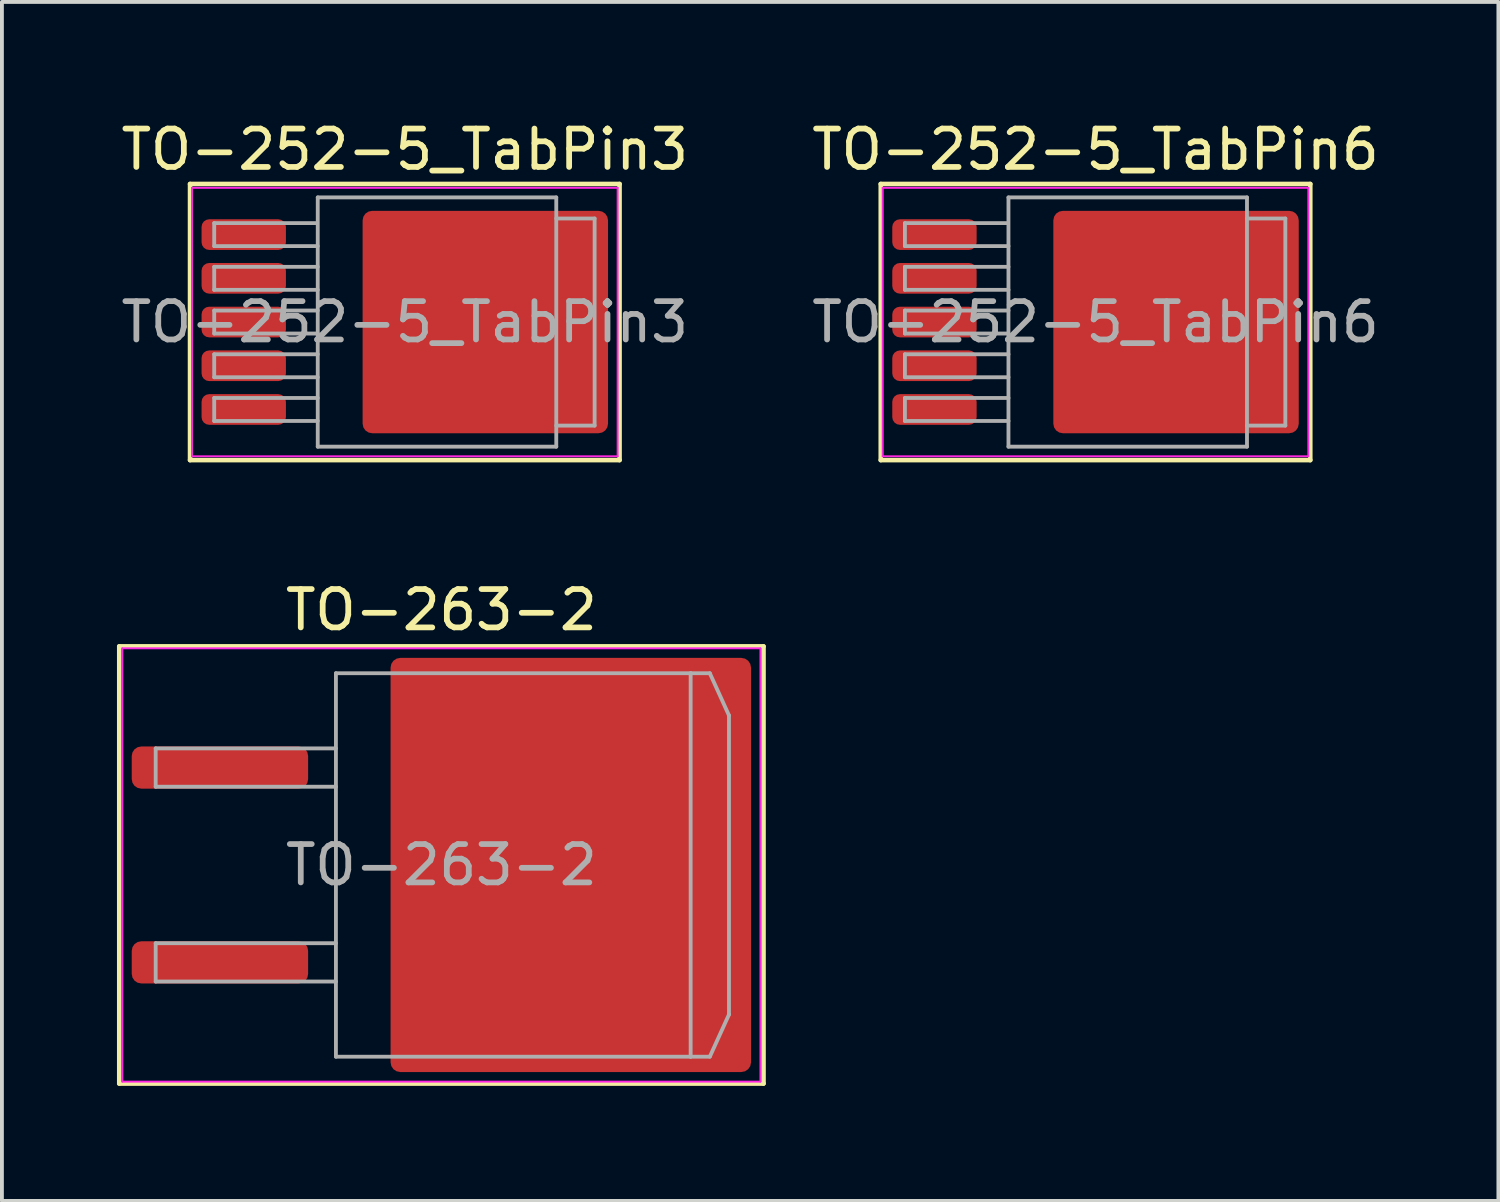
<source format=kicad_pcb>
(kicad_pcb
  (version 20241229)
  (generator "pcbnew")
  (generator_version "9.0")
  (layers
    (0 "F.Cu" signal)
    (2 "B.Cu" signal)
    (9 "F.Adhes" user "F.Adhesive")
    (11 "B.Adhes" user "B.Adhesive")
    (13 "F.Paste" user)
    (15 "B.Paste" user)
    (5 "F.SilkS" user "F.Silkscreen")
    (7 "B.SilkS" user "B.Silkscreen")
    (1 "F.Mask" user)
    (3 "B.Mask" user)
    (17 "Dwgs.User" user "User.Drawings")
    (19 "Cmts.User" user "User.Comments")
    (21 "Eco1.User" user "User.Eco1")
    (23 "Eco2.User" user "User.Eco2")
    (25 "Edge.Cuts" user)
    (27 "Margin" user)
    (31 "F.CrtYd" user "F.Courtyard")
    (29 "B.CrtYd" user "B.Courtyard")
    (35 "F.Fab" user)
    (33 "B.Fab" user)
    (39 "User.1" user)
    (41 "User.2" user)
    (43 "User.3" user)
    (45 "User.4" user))
  (footprint "TO-263-2"
    (layer "F.Cu")
    (at 8.46 19.506)
    (property "Reference" "TO-263-2" (at 0 -6.65 0) (layer "F.SilkS") (effects (font (size 1 1) (thickness 0.15))))
    (attr smd)
    (fp_line (start -8.4 -5.7) (end -8.4 5.7) (stroke (width 0.12) (type solid)) (layer "F.SilkS"))
    (fp_line (start -8.4 5.7) (end 8.4 5.7) (stroke (width 0.12) (type solid)) (layer "F.SilkS"))
    (fp_line (start 8.4 -5.7) (end -8.4 -5.7) (stroke (width 0.12) (type solid)) (layer "F.SilkS"))
    (fp_line (start 8.4 5.7) (end 8.4 -5.7) (stroke (width 0.12) (type solid)) (layer "F.SilkS"))
    (fp_line (start -8.32 -5.65) (end -8.32 5.65) (stroke (width 0.05) (type solid)) (layer "F.CrtYd"))
    (fp_line (start -8.32 5.65) (end 8.32 5.65) (stroke (width 0.05) (type solid)) (layer "F.CrtYd"))
    (fp_line (start 8.32 -5.65) (end -8.32 -5.65) (stroke (width 0.05) (type solid)) (layer "F.CrtYd"))
    (fp_line (start 8.32 5.65) (end 8.32 -5.65) (stroke (width 0.05) (type solid)) (layer "F.CrtYd"))
    (fp_line (start -7.45 -3.04) (end -7.45 -2.04) (stroke (width 0.1) (type solid)) (layer "F.Fab"))
    (fp_line (start -7.45 -2.04) (end -2.75 -2.04) (stroke (width 0.1) (type solid)) (layer "F.Fab"))
    (fp_line (start -7.45 2.04) (end -7.45 3.04) (stroke (width 0.1) (type solid)) (layer "F.Fab"))
    (fp_line (start -7.45 3.04) (end -2.75 3.04) (stroke (width 0.1) (type solid)) (layer "F.Fab"))
    (fp_line (start -2.75 -5) (end 6.5 -5) (stroke (width 0.1) (type solid)) (layer "F.Fab"))
    (fp_line (start -2.75 -3.04) (end -7.45 -3.04) (stroke (width 0.1) (type solid)) (layer "F.Fab"))
    (fp_line (start -2.75 2.04) (end -7.45 2.04) (stroke (width 0.1) (type solid)) (layer "F.Fab"))
    (fp_line (start -2.75 5) (end -2.75 -5) (stroke (width 0.1) (type solid)) (layer "F.Fab"))
    (fp_line (start 6.5 -5) (end 6.5 5) (stroke (width 0.1) (type solid)) (layer "F.Fab"))
    (fp_line (start 6.5 -5) (end 7 -5) (stroke (width 0.1) (type solid)) (layer "F.Fab"))
    (fp_line (start 6.5 5) (end -2.75 5) (stroke (width 0.1) (type solid)) (layer "F.Fab"))
    (fp_line (start 6.5 5) (end 7 5) (stroke (width 0.1) (type solid)) (layer "F.Fab"))
    (fp_line (start 7 -5) (end 7.5 -3.9) (stroke (width 0.1) (type solid)) (layer "F.Fab"))
    (fp_line (start 7 5) (end 7.5 3.9) (stroke (width 0.1) (type solid)) (layer "F.Fab"))
    (fp_line (start 7.5 -3.9) (end 7.5 3.9) (stroke (width 0.1) (type solid)) (layer "F.Fab"))
    (fp_text user "${REFERENCE}" (at 0 0 0) (layer "F.Fab") (effects (font (size 1 1) (thickness 0.15))))
    (pad "" smd roundrect (at -0.1 -3.9) (size 2 2.3) (layers "F.Paste") (roundrect_rratio 0.125))
    (pad "" smd roundrect (at -0.1 -1.3) (size 2 2.3) (layers "F.Paste") (roundrect_rratio 0.125))
    (pad "" smd roundrect (at -0.1 1.3) (size 2 2.3) (layers "F.Paste") (roundrect_rratio 0.125))
    (pad "" smd roundrect (at -0.1 3.9) (size 2 2.3) (layers "F.Paste") (roundrect_rratio 0.125))
    (pad "" smd roundrect (at 2.2 -3.9) (size 2 2.3) (layers "F.Paste") (roundrect_rratio 0.125))
    (pad "" smd roundrect (at 2.2 -1.3) (size 2 2.3) (layers "F.Paste") (roundrect_rratio 0.125))
    (pad "" smd roundrect (at 2.2 1.3) (size 2 2.3) (layers "F.Paste") (roundrect_rratio 0.125))
    (pad "" smd roundrect (at 2.2 3.9) (size 2 2.3) (layers "F.Paste") (roundrect_rratio 0.125))
    (pad "" smd roundrect (at 4.5 -3.9) (size 2 2.3) (layers "F.Paste") (roundrect_rratio 0.125))
    (pad "" smd roundrect (at 4.5 -1.3) (size 2 2.3) (layers "F.Paste") (roundrect_rratio 0.125))
    (pad "" smd roundrect (at 4.5 1.3) (size 2 2.3) (layers "F.Paste") (roundrect_rratio 0.125))
    (pad "" smd roundrect (at 4.5 3.9) (size 2 2.3) (layers "F.Paste") (roundrect_rratio 0.125))
    (pad "" smd roundrect (at 6.8 -3.9) (size 2 2.3) (layers "F.Paste") (roundrect_rratio 0.125))
    (pad "" smd roundrect (at 6.8 -1.3) (size 2 2.3) (layers "F.Paste") (roundrect_rratio 0.125))
    (pad "" smd roundrect (at 6.8 1.3) (size 2 2.3) (layers "F.Paste") (roundrect_rratio 0.125))
    (pad "" smd roundrect (at 6.8 3.9) (size 2 2.3) (layers "F.Paste") (roundrect_rratio 0.125))
    (pad "1" smd roundrect (at -5.775 -2.54) (size 4.6 1.1) (layers "F.Cu" "F.Mask" "F.Paste") (roundrect_rratio 0.227))
    (pad "2" smd roundrect (at 3.375 0) (size 9.4 10.8) (layers "F.Cu" "F.Mask") (roundrect_rratio 0.027))
    (pad "3" smd roundrect (at -5.775 2.54) (size 4.6 1.1) (layers "F.Cu" "F.Mask" "F.Paste") (roundrect_rratio 0.227)))
  (footprint "TO-252-5_TabPin6"
    (layer "F.Cu")
    (at 25.518 5.348)
    (property "Reference" "TO-252-5_TabPin6" (at 0 -4.5 0) (layer "F.SilkS") (effects (font (size 1 1) (thickness 0.15))))
    (attr smd)
    (fp_line (start -5.6 -3.6) (end -5.6 3.6) (stroke (width 0.12) (type solid)) (layer "F.SilkS"))
    (fp_line (start -5.6 3.6) (end 5.6 3.6) (stroke (width 0.12) (type solid)) (layer "F.SilkS"))
    (fp_line (start 5.6 -3.6) (end -5.6 -3.6) (stroke (width 0.12) (type solid)) (layer "F.SilkS"))
    (fp_line (start 5.6 3.6) (end 5.6 -3.6) (stroke (width 0.12) (type solid)) (layer "F.SilkS"))
    (fp_line (start -5.55 -3.5) (end -5.55 3.5) (stroke (width 0.05) (type solid)) (layer "F.CrtYd"))
    (fp_line (start -5.55 3.5) (end 5.55 3.5) (stroke (width 0.05) (type solid)) (layer "F.CrtYd"))
    (fp_line (start 5.55 -3.5) (end -5.55 -3.5) (stroke (width 0.05) (type solid)) (layer "F.CrtYd"))
    (fp_line (start 5.55 3.5) (end 5.55 -3.5) (stroke (width 0.05) (type solid)) (layer "F.CrtYd"))
    (fp_line (start -4.97 -2.58) (end -4.97 -1.98) (stroke (width 0.1) (type solid)) (layer "F.Fab"))
    (fp_line (start -4.97 -1.98) (end -2.27 -1.98) (stroke (width 0.1) (type solid)) (layer "F.Fab"))
    (fp_line (start -4.97 -1.44) (end -4.97 -0.84) (stroke (width 0.1) (type solid)) (layer "F.Fab"))
    (fp_line (start -4.97 -0.84) (end -2.27 -0.84) (stroke (width 0.1) (type solid)) (layer "F.Fab"))
    (fp_line (start -4.97 -0.3) (end -4.97 0.3) (stroke (width 0.1) (type solid)) (layer "F.Fab"))
    (fp_line (start -4.97 0.3) (end -2.27 0.3) (stroke (width 0.1) (type solid)) (layer "F.Fab"))
    (fp_line (start -4.97 0.84) (end -4.97 1.44) (stroke (width 0.1) (type solid)) (layer "F.Fab"))
    (fp_line (start -4.97 1.44) (end -2.27 1.44) (stroke (width 0.1) (type solid)) (layer "F.Fab"))
    (fp_line (start -4.97 1.98) (end -4.97 2.58) (stroke (width 0.1) (type solid)) (layer "F.Fab"))
    (fp_line (start -4.97 2.58) (end -2.27 2.58) (stroke (width 0.1) (type solid)) (layer "F.Fab"))
    (fp_line (start -2.3 -2.58) (end -4.97 -2.58) (stroke (width 0.1) (type solid)) (layer "F.Fab"))
    (fp_line (start -2.27 -3.25) (end 3.95 -3.25) (stroke (width 0.1) (type solid)) (layer "F.Fab"))
    (fp_line (start -2.27 -1.44) (end -4.97 -1.44) (stroke (width 0.1) (type solid)) (layer "F.Fab"))
    (fp_line (start -2.27 -0.3) (end -4.97 -0.3) (stroke (width 0.1) (type solid)) (layer "F.Fab"))
    (fp_line (start -2.27 0.84) (end -4.97 0.84) (stroke (width 0.1) (type solid)) (layer "F.Fab"))
    (fp_line (start -2.27 1.98) (end -4.97 1.98) (stroke (width 0.1) (type solid)) (layer "F.Fab"))
    (fp_line (start -2.27 3.25) (end -2.27 -3.25) (stroke (width 0.1) (type solid)) (layer "F.Fab"))
    (fp_line (start 3.95 -3.25) (end 3.95 3.25) (stroke (width 0.1) (type solid)) (layer "F.Fab"))
    (fp_line (start 3.95 -2.7) (end 4.95 -2.7) (stroke (width 0.1) (type solid)) (layer "F.Fab"))
    (fp_line (start 3.95 3.25) (end -2.27 3.25) (stroke (width 0.1) (type solid)) (layer "F.Fab"))
    (fp_line (start 4.95 -2.7) (end 4.95 2.7) (stroke (width 0.1) (type solid)) (layer "F.Fab"))
    (fp_line (start 4.95 2.7) (end 3.95 2.7) (stroke (width 0.1) (type solid)) (layer "F.Fab"))
    (fp_text user "${REFERENCE}" (at 0 0 0) (layer "F.Fab") (effects (font (size 1 1) (thickness 0.15))))
    (pad "" smd roundrect (at 0 -1.9) (size 1.8 1.6) (layers "F.Paste") (roundrect_rratio 0.167))
    (pad "" smd roundrect (at 0 0) (size 1.8 1.6) (layers "F.Paste") (roundrect_rratio 0.167))
    (pad "" smd roundrect (at 0 1.9) (size 1.8 1.6) (layers "F.Paste") (roundrect_rratio 0.167))
    (pad "" smd roundrect (at 2.1 -1.9) (size 1.8 1.6) (layers "F.Paste") (roundrect_rratio 0.167))
    (pad "" smd roundrect (at 2.1 0) (size 1.8 1.6) (layers "F.Paste") (roundrect_rratio 0.167))
    (pad "" smd roundrect (at 2.1 1.9) (size 1.8 1.6) (layers "F.Paste") (roundrect_rratio 0.167))
    (pad "" smd roundrect (at 4.2 -1.9) (size 1.8 1.6) (layers "F.Paste") (roundrect_rratio 0.167))
    (pad "" smd roundrect (at 4.2 0) (size 1.8 1.6) (layers "F.Paste") (roundrect_rratio 0.167))
    (pad "" smd roundrect (at 4.2 1.9) (size 1.8 1.6) (layers "F.Paste") (roundrect_rratio 0.167))
    (pad "1" smd roundrect (at -4.2 -2.28) (size 2.2 0.8) (layers "F.Cu" "F.Mask" "F.Paste") (roundrect_rratio 0.25))
    (pad "2" smd roundrect (at -4.2 -1.14) (size 2.2 0.8) (layers "F.Cu" "F.Mask" "F.Paste") (roundrect_rratio 0.25))
    (pad "3" smd roundrect (at -4.2 0) (size 2.2 0.8) (layers "F.Cu" "F.Mask" "F.Paste") (roundrect_rratio 0.25))
    (pad "4" smd roundrect (at -4.2 1.14) (size 2.2 0.8) (layers "F.Cu" "F.Mask" "F.Paste") (roundrect_rratio 0.25))
    (pad "5" smd roundrect (at -4.2 2.28) (size 2.2 0.8) (layers "F.Cu" "F.Mask" "F.Paste") (roundrect_rratio 0.25))
    (pad "6" smd roundrect (at 2.1 0) (size 6.4 5.8) (layers "F.Cu" "F.Mask") (roundrect_rratio 0.043)))
  (footprint "TO-252-5_TabPin3"
    (layer "F.Cu")
    (at 7.506 5.348)
    (property "Reference" "TO-252-5_TabPin3" (at 0 -4.5 0) (layer "F.SilkS") (effects (font (size 1 1) (thickness 0.15))))
    (attr smd)
    (fp_line (start -5.6 -3.6) (end -5.6 3.6) (stroke (width 0.12) (type solid)) (layer "F.SilkS"))
    (fp_line (start -5.6 3.6) (end 5.6 3.6) (stroke (width 0.12) (type solid)) (layer "F.SilkS"))
    (fp_line (start 5.6 -3.6) (end -5.6 -3.6) (stroke (width 0.12) (type solid)) (layer "F.SilkS"))
    (fp_line (start 5.6 3.6) (end 5.6 -3.6) (stroke (width 0.12) (type solid)) (layer "F.SilkS"))
    (fp_line (start -5.55 -3.5) (end -5.55 3.5) (stroke (width 0.05) (type solid)) (layer "F.CrtYd"))
    (fp_line (start -5.55 3.5) (end 5.55 3.5) (stroke (width 0.05) (type solid)) (layer "F.CrtYd"))
    (fp_line (start 5.55 -3.5) (end -5.55 -3.5) (stroke (width 0.05) (type solid)) (layer "F.CrtYd"))
    (fp_line (start 5.55 3.5) (end 5.55 -3.5) (stroke (width 0.05) (type solid)) (layer "F.CrtYd"))
    (fp_line (start -4.97 -2.58) (end -4.97 -1.98) (stroke (width 0.1) (type solid)) (layer "F.Fab"))
    (fp_line (start -4.97 -1.98) (end -2.27 -1.98) (stroke (width 0.1) (type solid)) (layer "F.Fab"))
    (fp_line (start -4.97 -1.44) (end -4.97 -0.84) (stroke (width 0.1) (type solid)) (layer "F.Fab"))
    (fp_line (start -4.97 -0.84) (end -2.27 -0.84) (stroke (width 0.1) (type solid)) (layer "F.Fab"))
    (fp_line (start -4.97 -0.3) (end -4.97 0.3) (stroke (width 0.1) (type solid)) (layer "F.Fab"))
    (fp_line (start -4.97 0.3) (end -2.27 0.3) (stroke (width 0.1) (type solid)) (layer "F.Fab"))
    (fp_line (start -4.97 0.84) (end -4.97 1.44) (stroke (width 0.1) (type solid)) (layer "F.Fab"))
    (fp_line (start -4.97 1.44) (end -2.27 1.44) (stroke (width 0.1) (type solid)) (layer "F.Fab"))
    (fp_line (start -4.97 1.98) (end -4.97 2.58) (stroke (width 0.1) (type solid)) (layer "F.Fab"))
    (fp_line (start -4.97 2.58) (end -2.27 2.58) (stroke (width 0.1) (type solid)) (layer "F.Fab"))
    (fp_line (start -2.3 -2.58) (end -4.97 -2.58) (stroke (width 0.1) (type solid)) (layer "F.Fab"))
    (fp_line (start -2.27 -3.25) (end 3.95 -3.25) (stroke (width 0.1) (type solid)) (layer "F.Fab"))
    (fp_line (start -2.27 -1.44) (end -4.97 -1.44) (stroke (width 0.1) (type solid)) (layer "F.Fab"))
    (fp_line (start -2.27 -0.3) (end -4.97 -0.3) (stroke (width 0.1) (type solid)) (layer "F.Fab"))
    (fp_line (start -2.27 0.84) (end -4.97 0.84) (stroke (width 0.1) (type solid)) (layer "F.Fab"))
    (fp_line (start -2.27 1.98) (end -4.97 1.98) (stroke (width 0.1) (type solid)) (layer "F.Fab"))
    (fp_line (start -2.27 3.25) (end -2.27 -3.25) (stroke (width 0.1) (type solid)) (layer "F.Fab"))
    (fp_line (start 3.95 -3.25) (end 3.95 3.25) (stroke (width 0.1) (type solid)) (layer "F.Fab"))
    (fp_line (start 3.95 -2.7) (end 4.95 -2.7) (stroke (width 0.1) (type solid)) (layer "F.Fab"))
    (fp_line (start 3.95 3.25) (end -2.27 3.25) (stroke (width 0.1) (type solid)) (layer "F.Fab"))
    (fp_line (start 4.95 -2.7) (end 4.95 2.7) (stroke (width 0.1) (type solid)) (layer "F.Fab"))
    (fp_line (start 4.95 2.7) (end 3.95 2.7) (stroke (width 0.1) (type solid)) (layer "F.Fab"))
    (fp_text user "${REFERENCE}" (at 0 0 0) (layer "F.Fab") (effects (font (size 1 1) (thickness 0.15))))
    (pad "" smd roundrect (at 0 -1.9) (size 1.8 1.6) (layers "F.Paste") (roundrect_rratio 0.167))
    (pad "" smd roundrect (at 0 0) (size 1.8 1.6) (layers "F.Paste") (roundrect_rratio 0.167))
    (pad "" smd roundrect (at 0 1.9) (size 1.8 1.6) (layers "F.Paste") (roundrect_rratio 0.167))
    (pad "" smd roundrect (at 2.1 -1.9) (size 1.8 1.6) (layers "F.Paste") (roundrect_rratio 0.167))
    (pad "" smd roundrect (at 2.1 0) (size 1.8 1.6) (layers "F.Paste") (roundrect_rratio 0.167))
    (pad "" smd roundrect (at 2.1 1.9) (size 1.8 1.6) (layers "F.Paste") (roundrect_rratio 0.167))
    (pad "" smd roundrect (at 4.2 -1.9) (size 1.8 1.6) (layers "F.Paste") (roundrect_rratio 0.167))
    (pad "" smd roundrect (at 4.2 0) (size 1.8 1.6) (layers "F.Paste") (roundrect_rratio 0.167))
    (pad "" smd roundrect (at 4.2 1.9) (size 1.8 1.6) (layers "F.Paste") (roundrect_rratio 0.167))
    (pad "1" smd roundrect (at -4.2 -2.28) (size 2.2 0.8) (layers "F.Cu" "F.Mask" "F.Paste") (roundrect_rratio 0.25))
    (pad "2" smd roundrect (at -4.2 -1.14) (size 2.2 0.8) (layers "F.Cu" "F.Mask" "F.Paste") (roundrect_rratio 0.25))
    (pad "3" smd roundrect (at -4.2 0) (size 2.2 0.8) (layers "F.Cu" "F.Mask" "F.Paste") (roundrect_rratio 0.25))
    (pad "3" smd roundrect (at 2.1 0) (size 6.4 5.8) (layers "F.Cu" "F.Mask") (roundrect_rratio 0.043))
    (pad "4" smd roundrect (at -4.2 1.14) (size 2.2 0.8) (layers "F.Cu" "F.Mask" "F.Paste") (roundrect_rratio 0.25))
    (pad "5" smd roundrect (at -4.2 2.28) (size 2.2 0.8) (layers "F.Cu" "F.Mask" "F.Paste") (roundrect_rratio 0.25)))
  (gr_rect
    (start -3 -3)
    (end 36.024 28.267)
    (stroke (width 0.1) (type default))
    (fill no)
    (layer "Edge.Cuts")))
</source>
